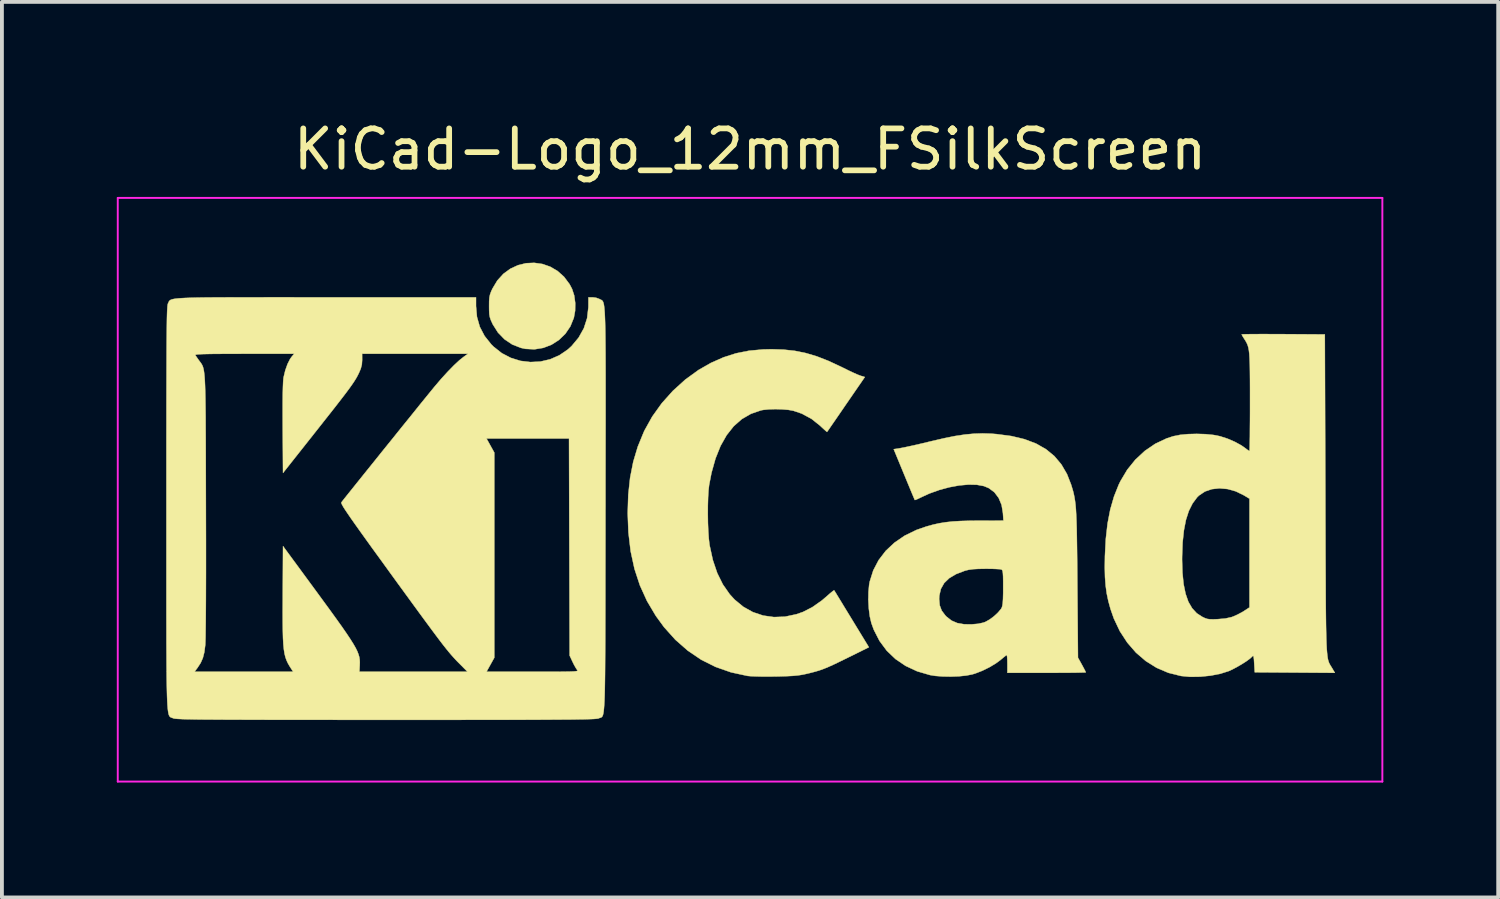
<source format=kicad_pcb>
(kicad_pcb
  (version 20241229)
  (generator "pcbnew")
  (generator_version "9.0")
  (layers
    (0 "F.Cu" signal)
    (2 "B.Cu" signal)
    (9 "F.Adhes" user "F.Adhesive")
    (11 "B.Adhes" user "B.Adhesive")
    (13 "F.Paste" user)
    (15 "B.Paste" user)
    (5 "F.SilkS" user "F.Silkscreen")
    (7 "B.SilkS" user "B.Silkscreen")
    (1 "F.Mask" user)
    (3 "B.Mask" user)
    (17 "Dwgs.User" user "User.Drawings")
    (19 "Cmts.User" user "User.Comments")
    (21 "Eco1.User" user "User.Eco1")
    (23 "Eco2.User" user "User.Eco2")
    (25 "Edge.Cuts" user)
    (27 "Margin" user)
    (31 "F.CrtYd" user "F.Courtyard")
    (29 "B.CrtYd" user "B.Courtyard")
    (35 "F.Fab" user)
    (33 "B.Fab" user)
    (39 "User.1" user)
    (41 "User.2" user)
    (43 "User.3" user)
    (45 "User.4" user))
  (footprint "KiCad-Logo_12mm_FSilkScreen"
    (layer "F.Cu")
    (at 16.535 9.738)
    (property "Reference" "KiCad-Logo_12mm_FSilkScreen" (at 0 -8.89 0) (layer "F.SilkS") (effects (font (size 1 1) (thickness 0.15))))
    (attr exclude_from_pos_files exclude_from_bom)
    (fp_poly (pts (xy -5.423 -5.895) (xy -5.218 -5.824) (xy -5.027 -5.712) (xy -4.856 -5.559) (xy -4.712 -5.366) (xy -4.648 -5.244) (xy -4.592 -5.073) (xy -4.565 -4.876) (xy -4.568 -4.674) (xy -4.601 -4.49) (xy -4.692 -4.266) (xy -4.824 -4.072) (xy -4.991 -3.911) (xy -5.185 -3.787) (xy -5.399 -3.705) (xy -5.628 -3.667) (xy -5.865 -3.679) (xy -5.981 -3.704) (xy -6.208 -3.792) (xy -6.41 -3.927) (xy -6.582 -4.104) (xy -6.718 -4.319) (xy -6.729 -4.343) (xy -6.769 -4.431) (xy -6.794 -4.505) (xy -6.808 -4.583) (xy -6.813 -4.684) (xy -6.814 -4.793) (xy -6.813 -4.925) (xy -6.806 -5.019) (xy -6.79 -5.096) (xy -6.762 -5.173) (xy -6.728 -5.249) (xy -6.599 -5.464) (xy -6.441 -5.638) (xy -6.259 -5.771) (xy -6.06 -5.863) (xy -5.85 -5.915) (xy -5.636 -5.925) (xy -5.423 -5.895)) (stroke (width 0.01) (type solid)) (fill yes) (layer "F.SilkS"))
    (fp_poly (pts (xy 0.875 -3.659) (xy 1.17 -3.627) (xy 1.455 -3.569) (xy 1.743 -3.483) (xy 2.045 -3.365) (xy 2.372 -3.213) (xy 2.431 -3.184) (xy 2.566 -3.117) (xy 2.694 -3.057) (xy 2.801 -3.009) (xy 2.876 -2.98) (xy 2.887 -2.976) (xy 2.997 -2.943) (xy 2.506 -2.23) (xy 2.386 -2.055) (xy 2.277 -1.896) (xy 2.181 -1.757) (xy 2.103 -1.644) (xy 2.047 -1.562) (xy 2.015 -1.517) (xy 2.01 -1.51) (xy 1.99 -1.525) (xy 1.939 -1.57) (xy 1.867 -1.636) (xy 1.827 -1.674) (xy 1.603 -1.852) (xy 1.351 -1.988) (xy 1.133 -2.062) (xy 1.003 -2.086) (xy 0.84 -2.1) (xy 0.663 -2.105) (xy 0.491 -2.1) (xy 0.345 -2.085) (xy 0.286 -2.074) (xy 0.022 -1.983) (xy -0.216 -1.845) (xy -0.427 -1.659) (xy -0.612 -1.425) (xy -0.771 -1.144) (xy -0.902 -0.817) (xy -1.007 -0.443) (xy -1.069 -0.123) (xy -1.085 0.018) (xy -1.096 0.201) (xy -1.102 0.412) (xy -1.103 0.637) (xy -1.1 0.865) (xy -1.091 1.081) (xy -1.078 1.273) (xy -1.06 1.428) (xy -1.056 1.452) (xy -0.972 1.836) (xy -0.857 2.176) (xy -0.71 2.473) (xy -0.531 2.729) (xy -0.404 2.868) (xy -0.176 3.056) (xy 0.073 3.195) (xy 0.341 3.285) (xy 0.623 3.325) (xy 0.913 3.314) (xy 1.209 3.251) (xy 1.384 3.19) (xy 1.626 3.066) (xy 1.876 2.89) (xy 2.016 2.77) (xy 2.094 2.701) (xy 2.156 2.651) (xy 2.191 2.626) (xy 2.195 2.625) (xy 2.211 2.65) (xy 2.252 2.716) (xy 2.314 2.818) (xy 2.394 2.949) (xy 2.488 3.104) (xy 2.594 3.277) (xy 2.653 3.374) (xy 3.103 4.112) (xy 2.541 4.39) (xy 2.338 4.489) (xy 2.174 4.568) (xy 2.038 4.629) (xy 1.921 4.677) (xy 1.812 4.716) (xy 1.701 4.749) (xy 1.579 4.781) (xy 1.461 4.809) (xy 1.357 4.831) (xy 1.248 4.847) (xy 1.123 4.859) (xy 0.972 4.867) (xy 0.783 4.873) (xy 0.655 4.876) (xy 0.474 4.877) (xy 0.3 4.877) (xy 0.144 4.873) (xy 0.02 4.868) (xy -0.063 4.861) (xy -0.068 4.86) (xy -0.497 4.767) (xy -0.9 4.626) (xy -1.276 4.438) (xy -1.626 4.201) (xy -1.95 3.917) (xy -2.247 3.586) (xy -2.462 3.291) (xy -2.691 2.905) (xy -2.876 2.498) (xy -3.018 2.066) (xy -3.118 1.605) (xy -3.176 1.113) (xy -3.195 0.614) (xy -3.18 0.131) (xy -3.132 -0.315) (xy -3.05 -0.731) (xy -2.932 -1.125) (xy -2.777 -1.503) (xy -2.759 -1.543) (xy -2.555 -1.91) (xy -2.305 -2.259) (xy -2.015 -2.583) (xy -1.693 -2.875) (xy -1.346 -3.127) (xy -1.022 -3.312) (xy -0.695 -3.457) (xy -0.368 -3.562) (xy -0.027 -3.63) (xy 0.34 -3.664) (xy 0.56 -3.669) (xy 0.875 -3.659)) (stroke (width 0.01) (type solid)) (fill yes) (layer "F.SilkS"))
    (fp_poly (pts (xy 13.611 -4.064) (xy 13.843 -4.063) (xy 13.922 -4.063) (xy 15.008 -4.056) (xy 15.022 0.109) (xy 15.023 0.674) (xy 15.025 1.187) (xy 15.026 1.65) (xy 15.028 2.067) (xy 15.03 2.44) (xy 15.031 2.772) (xy 15.033 3.064) (xy 15.036 3.321) (xy 15.039 3.544) (xy 15.043 3.737) (xy 15.047 3.901) (xy 15.052 4.04) (xy 15.058 4.157) (xy 15.066 4.253) (xy 15.074 4.331) (xy 15.083 4.395) (xy 15.094 4.447) (xy 15.107 4.489) (xy 15.12 4.524) (xy 15.136 4.555) (xy 15.153 4.585) (xy 15.172 4.615) (xy 15.193 4.649) (xy 15.198 4.657) (xy 15.27 4.78) (xy 14.224 4.773) (xy 13.178 4.766) (xy 13.164 4.536) (xy 13.157 4.426) (xy 13.149 4.362) (xy 13.139 4.337) (xy 13.123 4.342) (xy 13.11 4.356) (xy 13.052 4.41) (xy 12.959 4.478) (xy 12.842 4.553) (xy 12.715 4.627) (xy 12.592 4.692) (xy 12.498 4.735) (xy 12.276 4.805) (xy 12.022 4.854) (xy 11.754 4.881) (xy 11.491 4.885) (xy 11.252 4.862) (xy 11.248 4.861) (xy 10.92 4.779) (xy 10.614 4.648) (xy 10.331 4.471) (xy 10.075 4.251) (xy 9.849 3.99) (xy 9.655 3.692) (xy 9.498 3.36) (xy 9.412 3.114) (xy 9.355 2.907) (xy 9.313 2.708) (xy 9.285 2.503) (xy 9.268 2.28) (xy 9.262 2.027) (xy 9.265 1.821) (xy 11.28 1.821) (xy 11.29 2.167) (xy 11.32 2.464) (xy 11.372 2.717) (xy 11.445 2.926) (xy 11.543 3.094) (xy 11.664 3.225) (xy 11.805 3.317) (xy 11.878 3.352) (xy 11.941 3.373) (xy 12.011 3.382) (xy 12.106 3.383) (xy 12.208 3.379) (xy 12.409 3.362) (xy 12.568 3.327) (xy 12.618 3.309) (xy 12.732 3.258) (xy 12.852 3.194) (xy 12.905 3.161) (xy 13.041 3.072) (xy 13.041 0.233) (xy 12.891 0.143) (xy 12.682 0.041) (xy 12.468 -0.019) (xy 12.257 -0.038) (xy 12.057 -0.016) (xy 11.877 0.046) (xy 11.723 0.149) (xy 11.673 0.198) (xy 11.553 0.359) (xy 11.456 0.554) (xy 11.381 0.787) (xy 11.328 1.06) (xy 11.294 1.377) (xy 11.281 1.742) (xy 11.28 1.821) (xy 9.265 1.821) (xy 9.266 1.735) (xy 9.289 1.285) (xy 9.335 0.88) (xy 9.406 0.512) (xy 9.503 0.177) (xy 9.626 -0.132) (xy 9.67 -0.223) (xy 9.848 -0.522) (xy 10.062 -0.787) (xy 10.308 -1.015) (xy 10.581 -1.201) (xy 10.877 -1.341) (xy 11.053 -1.398) (xy 11.227 -1.433) (xy 11.436 -1.453) (xy 11.663 -1.459) (xy 11.89 -1.452) (xy 12.1 -1.431) (xy 12.268 -1.398) (xy 12.469 -1.333) (xy 12.663 -1.249) (xy 12.833 -1.155) (xy 12.924 -1.091) (xy 12.986 -1.044) (xy 13.03 -1.015) (xy 13.04 -1.011) (xy 13.043 -1.037) (xy 13.046 -1.113) (xy 13.048 -1.232) (xy 13.051 -1.391) (xy 13.052 -1.582) (xy 13.054 -1.801) (xy 13.055 -2.043) (xy 13.055 -2.29) (xy 13.055 -2.606) (xy 13.054 -2.872) (xy 13.052 -3.093) (xy 13.049 -3.276) (xy 13.043 -3.424) (xy 13.036 -3.543) (xy 13.025 -3.638) (xy 13.011 -3.713) (xy 12.993 -3.775) (xy 12.97 -3.828) (xy 12.943 -3.878) (xy 12.911 -3.929) (xy 12.907 -3.935) (xy 12.865 -4.001) (xy 12.84 -4.046) (xy 12.837 -4.056) (xy 12.863 -4.059) (xy 12.938 -4.061) (xy 13.056 -4.063) (xy 13.212 -4.064) (xy 13.399 -4.065) (xy 13.611 -4.064)) (stroke (width 0.01) (type solid)) (fill yes) (layer "F.SilkS"))
    (fp_poly (pts (xy 6.301 -1.464) (xy 6.436 -1.453) (xy 6.823 -1.402) (xy 7.166 -1.32) (xy 7.467 -1.206) (xy 7.726 -1.059) (xy 7.946 -0.878) (xy 8.128 -0.662) (xy 8.275 -0.41) (xy 8.382 -0.137) (xy 8.409 -0.049) (xy 8.433 0.032) (xy 8.453 0.113) (xy 8.47 0.196) (xy 8.485 0.288) (xy 8.498 0.391) (xy 8.508 0.511) (xy 8.516 0.651) (xy 8.523 0.817) (xy 8.529 1.012) (xy 8.533 1.242) (xy 8.537 1.509) (xy 8.541 1.82) (xy 8.544 2.178) (xy 8.546 2.458) (xy 8.562 4.384) (xy 8.665 4.569) (xy 8.713 4.658) (xy 8.749 4.727) (xy 8.766 4.764) (xy 8.767 4.767) (xy 8.741 4.77) (xy 8.666 4.772) (xy 8.548 4.775) (xy 8.394 4.777) (xy 8.209 4.778) (xy 7.999 4.779) (xy 7.77 4.78) (xy 7.743 4.78) (xy 6.719 4.78) (xy 6.719 4.547) (xy 6.717 4.443) (xy 6.712 4.362) (xy 6.706 4.319) (xy 6.703 4.315) (xy 6.676 4.332) (xy 6.62 4.376) (xy 6.547 4.437) (xy 6.546 4.439) (xy 6.413 4.537) (xy 6.246 4.636) (xy 6.063 4.726) (xy 5.883 4.796) (xy 5.804 4.82) (xy 5.646 4.851) (xy 5.452 4.871) (xy 5.241 4.879) (xy 5.029 4.875) (xy 4.834 4.86) (xy 4.698 4.838) (xy 4.363 4.74) (xy 4.063 4.6) (xy 3.797 4.42) (xy 3.569 4.202) (xy 3.38 3.947) (xy 3.232 3.658) (xy 3.168 3.482) (xy 3.128 3.312) (xy 3.101 3.107) (xy 3.089 2.886) (xy 3.089 2.854) (xy 4.937 2.854) (xy 4.952 3.018) (xy 5.003 3.154) (xy 5.097 3.28) (xy 5.133 3.317) (xy 5.262 3.417) (xy 5.411 3.481) (xy 5.589 3.512) (xy 5.777 3.515) (xy 5.955 3.5) (xy 6.091 3.47) (xy 6.15 3.448) (xy 6.257 3.387) (xy 6.37 3.303) (xy 6.473 3.207) (xy 6.55 3.116) (xy 6.571 3.082) (xy 6.586 3.035) (xy 6.598 2.96) (xy 6.605 2.851) (xy 6.609 2.699) (xy 6.609 2.554) (xy 6.609 2.386) (xy 6.607 2.264) (xy 6.602 2.181) (xy 6.595 2.128) (xy 6.583 2.099) (xy 6.567 2.084) (xy 6.562 2.082) (xy 6.518 2.074) (xy 6.431 2.069) (xy 6.312 2.064) (xy 6.175 2.063) (xy 6.145 2.063) (xy 5.961 2.066) (xy 5.819 2.074) (xy 5.707 2.09) (xy 5.613 2.113) (xy 5.382 2.201) (xy 5.201 2.308) (xy 5.068 2.437) (xy 4.982 2.59) (xy 4.941 2.768) (xy 4.937 2.854) (xy 3.089 2.854) (xy 3.092 2.67) (xy 3.11 2.476) (xy 3.125 2.397) (xy 3.217 2.106) (xy 3.357 1.838) (xy 3.542 1.596) (xy 3.77 1.382) (xy 4.037 1.199) (xy 4.343 1.05) (xy 4.602 0.96) (xy 4.775 0.912) (xy 4.941 0.875) (xy 5.11 0.848) (xy 5.293 0.828) (xy 5.501 0.816) (xy 5.744 0.809) (xy 5.964 0.807) (xy 6.616 0.806) (xy 6.603 0.61) (xy 6.568 0.397) (xy 6.492 0.215) (xy 6.38 0.066) (xy 6.234 -0.043) (xy 6.106 -0.096) (xy 5.922 -0.13) (xy 5.703 -0.135) (xy 5.46 -0.113) (xy 5.202 -0.065) (xy 4.939 0.006) (xy 4.683 0.098) (xy 4.497 0.183) (xy 4.407 0.226) (xy 4.339 0.257) (xy 4.304 0.268) (xy 4.302 0.268) (xy 4.29 0.242) (xy 4.26 0.171) (xy 4.215 0.064) (xy 4.158 -0.074) (xy 4.091 -0.235) (xy 4.023 -0.4) (xy 3.751 -1.059) (xy 3.944 -1.09) (xy 4.028 -1.106) (xy 4.154 -1.133) (xy 4.312 -1.168) (xy 4.49 -1.209) (xy 4.677 -1.254) (xy 4.752 -1.272) (xy 5.076 -1.347) (xy 5.359 -1.404) (xy 5.613 -1.442) (xy 5.847 -1.464) (xy 6.073 -1.471) (xy 6.301 -1.464)) (stroke (width 0.01) (type solid)) (fill yes) (layer "F.SilkS"))
    (fp_poly (pts (xy -11.847 -5.025) (xy -11.321 -5.025) (xy -11.076 -5.025) (xy -7.156 -5.025) (xy -7.156 -4.794) (xy -7.131 -4.513) (xy -7.057 -4.254) (xy -6.932 -4.015) (xy -6.756 -3.794) (xy -6.696 -3.735) (xy -6.482 -3.566) (xy -6.246 -3.443) (xy -5.995 -3.365) (xy -5.735 -3.334) (xy -5.475 -3.347) (xy -5.221 -3.406) (xy -4.98 -3.511) (xy -4.76 -3.661) (xy -4.661 -3.751) (xy -4.476 -3.973) (xy -4.34 -4.216) (xy -4.255 -4.479) (xy -4.222 -4.759) (xy -4.221 -4.786) (xy -4.22 -5.025) (xy -4.115 -5.025) (xy -4.021 -5.013) (xy -3.936 -4.982) (xy -3.931 -4.979) (xy -3.912 -4.969) (xy -3.894 -4.961) (xy -3.878 -4.953) (xy -3.863 -4.943) (xy -3.85 -4.928) (xy -3.838 -4.907) (xy -3.827 -4.876) (xy -3.817 -4.834) (xy -3.809 -4.778) (xy -3.802 -4.707) (xy -3.795 -4.617) (xy -3.79 -4.507) (xy -3.785 -4.374) (xy -3.781 -4.216) (xy -3.778 -4.031) (xy -3.776 -3.817) (xy -3.774 -3.571) (xy -3.773 -3.29) (xy -3.772 -2.974) (xy -3.772 -2.619) (xy -3.772 -2.223) (xy -3.772 -1.784) (xy -3.773 -1.3) (xy -3.774 -0.769) (xy -3.775 -0.187) (xy -3.775 0.446) (xy -3.776 0.524) (xy -3.776 1.161) (xy -3.777 1.747) (xy -3.778 2.282) (xy -3.778 2.769) (xy -3.779 3.211) (xy -3.78 3.609) (xy -3.781 3.967) (xy -3.783 4.285) (xy -3.785 4.568) (xy -3.787 4.815) (xy -3.79 5.031) (xy -3.793 5.217) (xy -3.797 5.376) (xy -3.802 5.509) (xy -3.808 5.62) (xy -3.815 5.709) (xy -3.822 5.781) (xy -3.831 5.836) (xy -3.84 5.877) (xy -3.851 5.906) (xy -3.863 5.926) (xy -3.877 5.939) (xy -3.892 5.948) (xy -3.908 5.953) (xy -3.926 5.958) (xy -3.946 5.965) (xy -3.95 5.968) (xy -3.965 5.973) (xy -3.991 5.977) (xy -4.028 5.981) (xy -4.08 5.985) (xy -4.148 5.988) (xy -4.236 5.991) (xy -4.344 5.994) (xy -4.476 5.996) (xy -4.633 5.999) (xy -4.818 6) (xy -5.033 6.002) (xy -5.28 6.003) (xy -5.561 6.005) (xy -5.878 6.006) (xy -6.234 6.006) (xy -6.631 6.007) (xy -7.071 6.007) (xy -7.556 6.008) (xy -8.088 6.008) (xy -8.67 6.008) (xy -9.303 6.008) (xy -9.509 6.008) (xy -10.156 6.008) (xy -10.752 6.008) (xy -11.297 6.007) (xy -11.794 6.007) (xy -12.245 6.007) (xy -12.653 6.006) (xy -13.02 6.005) (xy -13.347 6.004) (xy -13.638 6.003) (xy -13.894 6.002) (xy -14.117 6) (xy -14.31 5.999) (xy -14.476 5.997) (xy -14.615 5.994) (xy -14.731 5.992) (xy -14.826 5.989) (xy -14.901 5.985) (xy -14.96 5.982) (xy -15.003 5.978) (xy -15.035 5.974) (xy -15.056 5.969) (xy -15.067 5.965) (xy -15.088 5.956) (xy -15.107 5.95) (xy -15.124 5.943) (xy -15.139 5.935) (xy -15.154 5.921) (xy -15.166 5.902) (xy -15.178 5.873) (xy -15.188 5.832) (xy -15.197 5.779) (xy -15.205 5.709) (xy -15.212 5.622) (xy -15.218 5.514) (xy -15.223 5.383) (xy -15.227 5.228) (xy -15.231 5.045) (xy -15.234 4.834) (xy -15.234 4.752) (xy -14.505 4.752) (xy -11.929 4.752) (xy -11.979 4.677) (xy -12.028 4.6) (xy -12.07 4.526) (xy -12.104 4.452) (xy -12.133 4.37) (xy -12.156 4.277) (xy -12.173 4.166) (xy -12.186 4.034) (xy -12.195 3.875) (xy -12.2 3.683) (xy -12.203 3.454) (xy -12.204 3.182) (xy -12.202 2.863) (xy -12.202 2.744) (xy -12.195 1.472) (xy -11.389 2.569) (xy -11.161 2.88) (xy -10.963 3.151) (xy -10.794 3.385) (xy -10.65 3.587) (xy -10.531 3.759) (xy -10.434 3.905) (xy -10.357 4.028) (xy -10.297 4.133) (xy -10.253 4.223) (xy -10.223 4.302) (xy -10.203 4.372) (xy -10.193 4.439) (xy -10.19 4.504) (xy -10.192 4.573) (xy -10.192 4.581) (xy -10.201 4.752) (xy -8.789 4.752) (xy -7.378 4.752) (xy -7.588 4.54) (xy -7.645 4.483) (xy -7.699 4.426) (xy -7.752 4.368) (xy -7.807 4.306) (xy -7.867 4.235) (xy -7.933 4.154) (xy -8.008 4.059) (xy -8.094 3.947) (xy -8.194 3.814) (xy -8.31 3.659) (xy -8.445 3.476) (xy -8.6 3.265) (xy -8.779 3.02) (xy -8.983 2.74) (xy -9.215 2.422) (xy -9.405 2.16) (xy -9.643 1.831) (xy -9.852 1.544) (xy -10.031 1.295) (xy -10.184 1.082) (xy -10.312 0.902) (xy -10.417 0.753) (xy -10.501 0.631) (xy -10.566 0.534) (xy -10.614 0.46) (xy -10.646 0.404) (xy -10.665 0.366) (xy -10.673 0.342) (xy -10.67 0.329) (xy -10.644 0.295) (xy -10.587 0.222) (xy -10.502 0.116) (xy -10.393 -0.02) (xy -10.264 -0.181) (xy -10.118 -0.363) (xy -9.958 -0.562) (xy -9.788 -0.773) (xy -9.612 -0.993) (xy -9.432 -1.216) (xy -9.333 -1.338) (xy -6.882 -1.338) (xy -6.678 -0.97) (xy -6.678 4.384) (xy -6.882 4.752) (xy -5.676 4.752) (xy -5.388 4.752) (xy -5.151 4.752) (xy -4.958 4.751) (xy -4.807 4.749) (xy -4.693 4.747) (xy -4.61 4.744) (xy -4.554 4.739) (xy -4.521 4.733) (xy -4.507 4.725) (xy -4.506 4.715) (xy -4.515 4.704) (xy -4.515 4.704) (xy -4.549 4.654) (xy -4.595 4.573) (xy -4.635 4.492) (xy -4.711 4.329) (xy -4.719 1.495) (xy -4.727 -1.338) (xy -6.882 -1.338) (xy -9.333 -1.338) (xy -9.253 -1.438) (xy -9.078 -1.656) (xy -8.909 -1.864) (xy -8.752 -2.059) (xy -8.609 -2.237) (xy -8.483 -2.392) (xy -8.378 -2.521) (xy -8.298 -2.619) (xy -8.251 -2.677) (xy -8.069 -2.891) (xy -7.893 -3.084) (xy -7.731 -3.25) (xy -7.588 -3.383) (xy -7.486 -3.464) (xy -7.366 -3.551) (xy -10.13 -3.551) (xy -10.129 -3.388) (xy -10.137 -3.269) (xy -10.166 -3.159) (xy -10.211 -3.054) (xy -10.24 -2.995) (xy -10.271 -2.936) (xy -10.308 -2.874) (xy -10.352 -2.805) (xy -10.408 -2.724) (xy -10.476 -2.629) (xy -10.562 -2.514) (xy -10.667 -2.377) (xy -10.794 -2.213) (xy -10.946 -2.019) (xy -11.127 -1.79) (xy -11.338 -1.522) (xy -11.362 -1.492) (xy -12.195 -0.439) (xy -12.203 -1.605) (xy -12.204 -1.955) (xy -12.204 -2.251) (xy -12.202 -2.494) (xy -12.197 -2.686) (xy -12.191 -2.826) (xy -12.183 -2.917) (xy -12.18 -2.935) (xy -12.136 -3.117) (xy -12.078 -3.281) (xy -12.011 -3.413) (xy -11.972 -3.469) (xy -11.903 -3.551) (xy -13.204 -3.551) (xy -13.515 -3.55) (xy -13.774 -3.549) (xy -13.987 -3.548) (xy -14.156 -3.545) (xy -14.286 -3.542) (xy -14.38 -3.538) (xy -14.442 -3.533) (xy -14.476 -3.526) (xy -14.486 -3.518) (xy -14.485 -3.516) (xy -14.458 -3.475) (xy -14.412 -3.409) (xy -14.388 -3.375) (xy -14.363 -3.342) (xy -14.341 -3.312) (xy -14.321 -3.283) (xy -14.304 -3.252) (xy -14.288 -3.215) (xy -14.275 -3.17) (xy -14.263 -3.114) (xy -14.253 -3.043) (xy -14.244 -2.956) (xy -14.237 -2.849) (xy -14.231 -2.719) (xy -14.226 -2.563) (xy -14.222 -2.379) (xy -14.219 -2.162) (xy -14.216 -1.912) (xy -14.215 -1.623) (xy -14.213 -1.295) (xy -14.212 -0.922) (xy -14.211 -0.504) (xy -14.21 -0.036) (xy -14.209 0.393) (xy -14.208 0.872) (xy -14.207 1.329) (xy -14.207 1.761) (xy -14.207 2.166) (xy -14.208 2.539) (xy -14.209 2.879) (xy -14.211 3.182) (xy -14.213 3.446) (xy -14.216 3.668) (xy -14.218 3.844) (xy -14.222 3.971) (xy -14.225 4.048) (xy -14.226 4.056) (xy -14.25 4.242) (xy -14.288 4.391) (xy -14.345 4.521) (xy -14.428 4.649) (xy -14.439 4.663) (xy -14.505 4.752) (xy -15.234 4.752) (xy -15.236 4.59) (xy -15.237 4.313) (xy -15.239 3.999) (xy -15.239 3.648) (xy -15.24 3.255) (xy -15.24 2.82) (xy -15.24 2.339) (xy -15.24 1.811) (xy -15.24 1.234) (xy -15.24 0.604) (xy -15.24 0.479) (xy -15.24 -0.157) (xy -15.24 -0.741) (xy -15.24 -1.274) (xy -15.239 -1.76) (xy -15.239 -2.2) (xy -15.238 -2.597) (xy -15.237 -2.952) (xy -15.236 -3.269) (xy -15.235 -3.549) (xy -15.234 -3.794) (xy -15.232 -4.008) (xy -15.23 -4.191) (xy -15.228 -4.346) (xy -15.226 -4.477) (xy -15.223 -4.583) (xy -15.22 -4.669) (xy -15.216 -4.736) (xy -15.213 -4.787) (xy -15.208 -4.823) (xy -15.204 -4.848) (xy -15.199 -4.862) (xy -15.199 -4.862) (xy -15.188 -4.885) (xy -15.18 -4.905) (xy -15.17 -4.923) (xy -15.157 -4.939) (xy -15.138 -4.953) (xy -15.11 -4.966) (xy -15.071 -4.977) (xy -15.017 -4.987) (xy -14.947 -4.995) (xy -14.858 -5.002) (xy -14.746 -5.008) (xy -14.61 -5.013) (xy -14.447 -5.017) (xy -14.254 -5.02) (xy -14.029 -5.022) (xy -13.768 -5.023) (xy -13.47 -5.025) (xy -13.131 -5.025) (xy -12.75 -5.025) (xy -12.323 -5.026) (xy -11.847 -5.025)) (stroke (width 0.01) (type solid)) (fill yes) (layer "F.SilkS"))
    (fp_line (start -16.51 -7.62) (end 16.51 -7.62) (stroke (width 0.05) (type solid)) (layer "F.CrtYd"))
    (fp_line (start -16.51 7.62) (end -16.51 -7.62) (stroke (width 0.05) (type solid)) (layer "F.CrtYd"))
    (fp_line (start 16.51 -7.62) (end 16.51 7.62) (stroke (width 0.05) (type solid)) (layer "F.CrtYd"))
    (fp_line (start 16.51 7.62) (end -16.51 7.62) (stroke (width 0.05) (type solid)) (layer "F.CrtYd")))
  (gr_rect
    (start -3 -3)
    (end 36.07 20.383)
    (stroke (width 0.1) (type default))
    (fill no)
    (layer "Edge.Cuts")))
</source>
